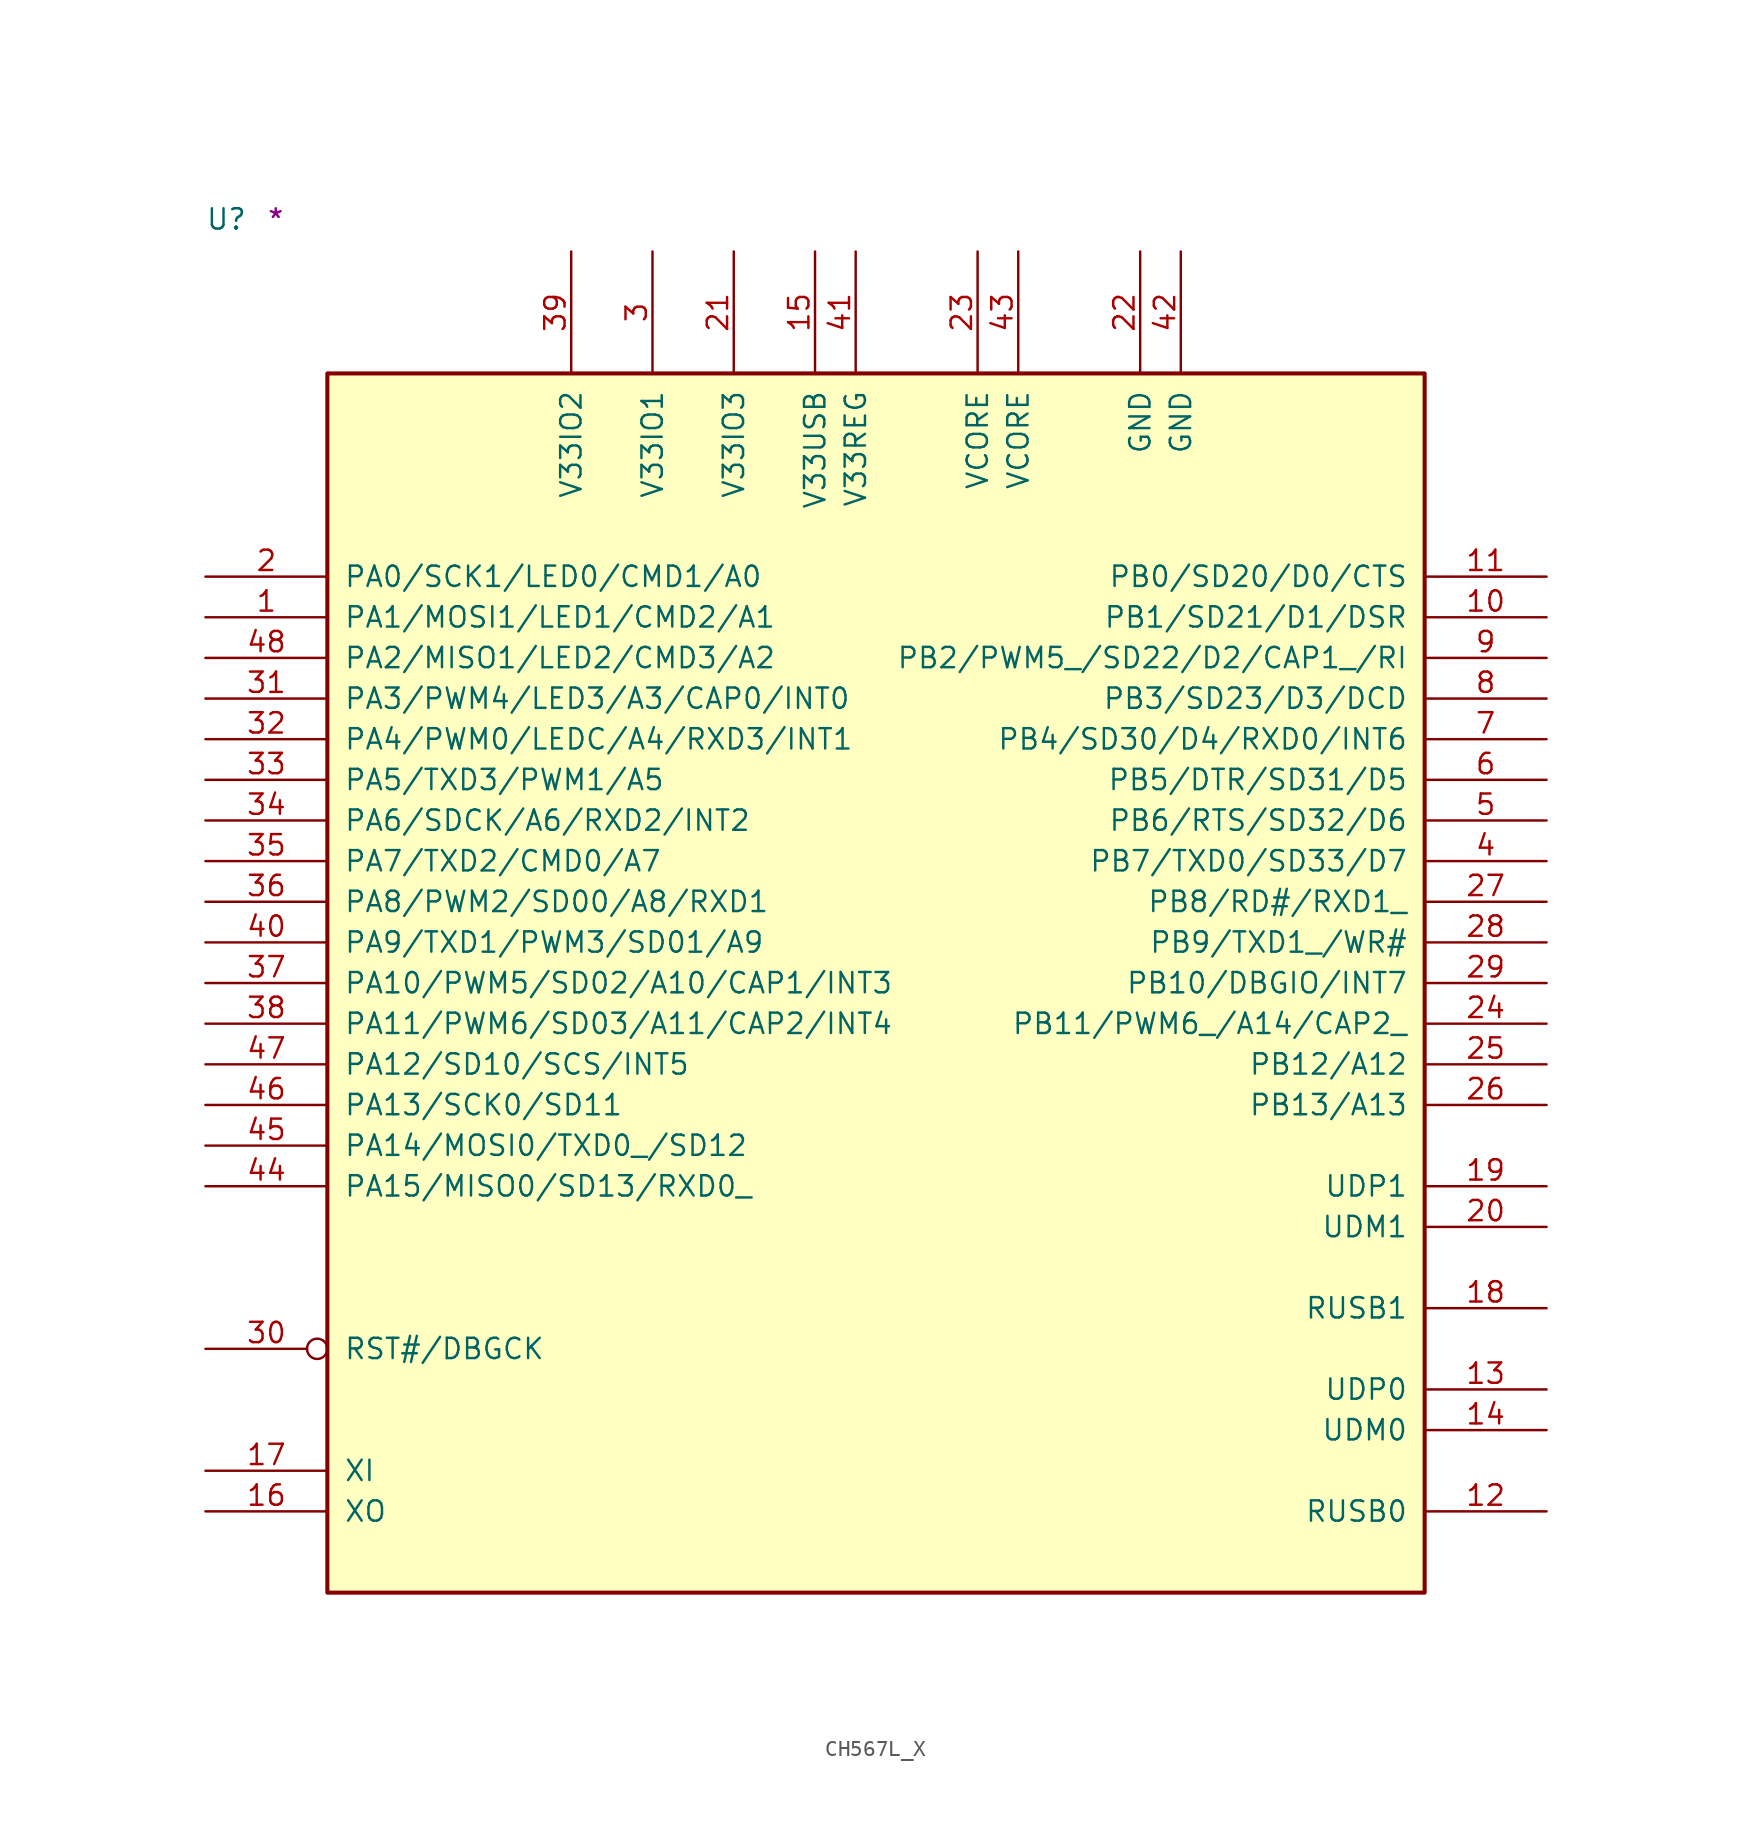
<source format=kicad_sym>
(kicad_symbol_lib
  (version 20211014)
  (generator kicad_symbol_editor)
  (symbol "CH567L_X"
    (pin_names
      (offset 1.016))
    (property "Reference" "U"
      (at -7.62 8.89 0)
      (effects (font (size 1.27 1.27)) (justify left bottom)))
    (property "Comment" "*"
      (at -3.81 8.89 0)
      (effects (font (size 1.27 1.27)) (justify left bottom)))
    (symbol "CH567L_X_1_1"
      (rectangle (start 0 -76.2) (end 68.58 0) (stroke (width 0.254) (type default) (color 0 0 0 0)) (fill (type background)))
      (pin bidirectional line (at -7.62 -15.24 0) (length 7.62) (name "PA1/MOSI1/LED1/CMD2/A1" (effects (font (size 1.27 1.27)))) (number "1" (effects (font (size 1.27 1.27)))))
      (pin bidirectional line (at 76.2 -15.24 180) (length 7.62) (name "PB1/SD21/D1/DSR" (effects (font (size 1.27 1.27)))) (number "10" (effects (font (size 1.27 1.27)))))
      (pin bidirectional line (at 76.2 -12.7 180) (length 7.62) (name "PB0/SD20/D0/CTS" (effects (font (size 1.27 1.27)))) (number "11" (effects (font (size 1.27 1.27)))))
      (pin bidirectional line (at 76.2 -71.12 180) (length 7.62) (name "RUSB0" (effects (font (size 1.27 1.27)))) (number "12" (effects (font (size 1.27 1.27)))))
      (pin bidirectional line (at 76.2 -63.5 180) (length 7.62) (name "UDP0" (effects (font (size 1.27 1.27)))) (number "13" (effects (font (size 1.27 1.27)))))
      (pin bidirectional line (at 76.2 -66.04 180) (length 7.62) (name "UDM0" (effects (font (size 1.27 1.27)))) (number "14" (effects (font (size 1.27 1.27)))))
      (pin power_in line (at 30.48 7.62 270) (length 7.62) (name "V33USB" (effects (font (size 1.27 1.27)))) (number "15" (effects (font (size 1.27 1.27)))))
      (pin bidirectional line (at -7.62 -71.12 0) (length 7.62) (name "XO" (effects (font (size 1.27 1.27)))) (number "16" (effects (font (size 1.27 1.27)))))
      (pin input line (at -7.62 -68.58 0) (length 7.62) (name "XI" (effects (font (size 1.27 1.27)))) (number "17" (effects (font (size 1.27 1.27)))))
      (pin bidirectional line (at 76.2 -58.42 180) (length 7.62) (name "RUSB1" (effects (font (size 1.27 1.27)))) (number "18" (effects (font (size 1.27 1.27)))))
      (pin bidirectional line (at 76.2 -50.8 180) (length 7.62) (name "UDP1" (effects (font (size 1.27 1.27)))) (number "19" (effects (font (size 1.27 1.27)))))
      (pin bidirectional line (at -7.62 -12.7 0) (length 7.62) (name "PA0/SCK1/LED0/CMD1/A0" (effects (font (size 1.27 1.27)))) (number "2" (effects (font (size 1.27 1.27)))))
      (pin bidirectional line (at 76.2 -53.34 180) (length 7.62) (name "UDM1" (effects (font (size 1.27 1.27)))) (number "20" (effects (font (size 1.27 1.27)))))
      (pin power_in line (at 25.4 7.62 270) (length 7.62) (name "V33IO3" (effects (font (size 1.27 1.27)))) (number "21" (effects (font (size 1.27 1.27)))))
      (pin power_in line (at 50.8 7.62 270) (length 7.62) (name "GND" (effects (font (size 1.27 1.27)))) (number "22" (effects (font (size 1.27 1.27)))))
      (pin power_in line (at 40.64 7.62 270) (length 7.62) (name "VCORE" (effects (font (size 1.27 1.27)))) (number "23" (effects (font (size 1.27 1.27)))))
      (pin bidirectional line (at 76.2 -40.64 180) (length 7.62) (name "PB11/PWM6_/A14/CAP2_" (effects (font (size 1.27 1.27)))) (number "24" (effects (font (size 1.27 1.27)))))
      (pin bidirectional line (at 76.2 -43.18 180) (length 7.62) (name "PB12/A12" (effects (font (size 1.27 1.27)))) (number "25" (effects (font (size 1.27 1.27)))))
      (pin bidirectional line (at 76.2 -45.72 180) (length 7.62) (name "PB13/A13" (effects (font (size 1.27 1.27)))) (number "26" (effects (font (size 1.27 1.27)))))
      (pin bidirectional line (at 76.2 -33.02 180) (length 7.62) (name "PB8/RD#/RXD1_" (effects (font (size 1.27 1.27)))) (number "27" (effects (font (size 1.27 1.27)))))
      (pin bidirectional line (at 76.2 -35.56 180) (length 7.62) (name "PB9/TXD1_/WR#" (effects (font (size 1.27 1.27)))) (number "28" (effects (font (size 1.27 1.27)))))
      (pin bidirectional line (at 76.2 -38.1 180) (length 7.62) (name "PB10/DBGIO/INT7" (effects (font (size 1.27 1.27)))) (number "29" (effects (font (size 1.27 1.27)))))
      (pin power_in line (at 20.32 7.62 270) (length 7.62) (name "V33IO1" (effects (font (size 1.27 1.27)))) (number "3" (effects (font (size 1.27 1.27)))))
      (pin input inverted (at -7.62 -60.96 0) (length 7.62) (name "RST#/DBGCK" (effects (font (size 1.27 1.27)))) (number "30" (effects (font (size 1.27 1.27)))))
      (pin bidirectional line (at -7.62 -20.32 0) (length 7.62) (name "PA3/PWM4/LED3/A3/CAP0/INT0" (effects (font (size 1.27 1.27)))) (number "31" (effects (font (size 1.27 1.27)))))
      (pin bidirectional line (at -7.62 -22.86 0) (length 7.62) (name "PA4/PWM0/LEDC/A4/RXD3/INT1" (effects (font (size 1.27 1.27)))) (number "32" (effects (font (size 1.27 1.27)))))
      (pin bidirectional line (at -7.62 -25.4 0) (length 7.62) (name "PA5/TXD3/PWM1/A5" (effects (font (size 1.27 1.27)))) (number "33" (effects (font (size 1.27 1.27)))))
      (pin bidirectional line (at -7.62 -27.94 0) (length 7.62) (name "PA6/SDCK/A6/RXD2/INT2" (effects (font (size 1.27 1.27)))) (number "34" (effects (font (size 1.27 1.27)))))
      (pin bidirectional line (at -7.62 -30.48 0) (length 7.62) (name "PA7/TXD2/CMD0/A7" (effects (font (size 1.27 1.27)))) (number "35" (effects (font (size 1.27 1.27)))))
      (pin bidirectional line (at -7.62 -33.02 0) (length 7.62) (name "PA8/PWM2/SD00/A8/RXD1" (effects (font (size 1.27 1.27)))) (number "36" (effects (font (size 1.27 1.27)))))
      (pin bidirectional line (at -7.62 -38.1 0) (length 7.62) (name "PA10/PWM5/SD02/A10/CAP1/INT3" (effects (font (size 1.27 1.27)))) (number "37" (effects (font (size 1.27 1.27)))))
      (pin bidirectional line (at -7.62 -40.64 0) (length 7.62) (name "PA11/PWM6/SD03/A11/CAP2/INT4" (effects (font (size 1.27 1.27)))) (number "38" (effects (font (size 1.27 1.27)))))
      (pin power_in line (at 15.24 7.62 270) (length 7.62) (name "V33IO2" (effects (font (size 1.27 1.27)))) (number "39" (effects (font (size 1.27 1.27)))))
      (pin bidirectional line (at 76.2 -30.48 180) (length 7.62) (name "PB7/TXD0/SD33/D7" (effects (font (size 1.27 1.27)))) (number "4" (effects (font (size 1.27 1.27)))))
      (pin bidirectional line (at -7.62 -35.56 0) (length 7.62) (name "PA9/TXD1/PWM3/SD01/A9" (effects (font (size 1.27 1.27)))) (number "40" (effects (font (size 1.27 1.27)))))
      (pin power_in line (at 33.02 7.62 270) (length 7.62) (name "V33REG" (effects (font (size 1.27 1.27)))) (number "41" (effects (font (size 1.27 1.27)))))
      (pin power_in line (at 53.34 7.62 270) (length 7.62) (name "GND" (effects (font (size 1.27 1.27)))) (number "42" (effects (font (size 1.27 1.27)))))
      (pin power_in line (at 43.18 7.62 270) (length 7.62) (name "VCORE" (effects (font (size 1.27 1.27)))) (number "43" (effects (font (size 1.27 1.27)))))
      (pin bidirectional line (at -7.62 -50.8 0) (length 7.62) (name "PA15/MISO0/SD13/RXD0_" (effects (font (size 1.27 1.27)))) (number "44" (effects (font (size 1.27 1.27)))))
      (pin bidirectional line (at -7.62 -48.26 0) (length 7.62) (name "PA14/MOSI0/TXD0_/SD12" (effects (font (size 1.27 1.27)))) (number "45" (effects (font (size 1.27 1.27)))))
      (pin bidirectional line (at -7.62 -45.72 0) (length 7.62) (name "PA13/SCK0/SD11" (effects (font (size 1.27 1.27)))) (number "46" (effects (font (size 1.27 1.27)))))
      (pin bidirectional line (at -7.62 -43.18 0) (length 7.62) (name "PA12/SD10/SCS/INT5" (effects (font (size 1.27 1.27)))) (number "47" (effects (font (size 1.27 1.27)))))
      (pin bidirectional line (at -7.62 -17.78 0) (length 7.62) (name "PA2/MISO1/LED2/CMD3/A2" (effects (font (size 1.27 1.27)))) (number "48" (effects (font (size 1.27 1.27)))))
      (pin bidirectional line (at 76.2 -27.94 180) (length 7.62) (name "PB6/RTS/SD32/D6" (effects (font (size 1.27 1.27)))) (number "5" (effects (font (size 1.27 1.27)))))
      (pin bidirectional line (at 76.2 -25.4 180) (length 7.62) (name "PB5/DTR/SD31/D5" (effects (font (size 1.27 1.27)))) (number "6" (effects (font (size 1.27 1.27)))))
      (pin bidirectional line (at 76.2 -22.86 180) (length 7.62) (name "PB4/SD30/D4/RXD0/INT6" (effects (font (size 1.27 1.27)))) (number "7" (effects (font (size 1.27 1.27)))))
      (pin bidirectional line (at 76.2 -20.32 180) (length 7.62) (name "PB3/SD23/D3/DCD" (effects (font (size 1.27 1.27)))) (number "8" (effects (font (size 1.27 1.27)))))
      (pin bidirectional line (at 76.2 -17.78 180) (length 7.62) (name "PB2/PWM5_/SD22/D2/CAP1_/RI" (effects (font (size 1.27 1.27)))) (number "9" (effects (font (size 1.27 1.27))))))))
</source>
